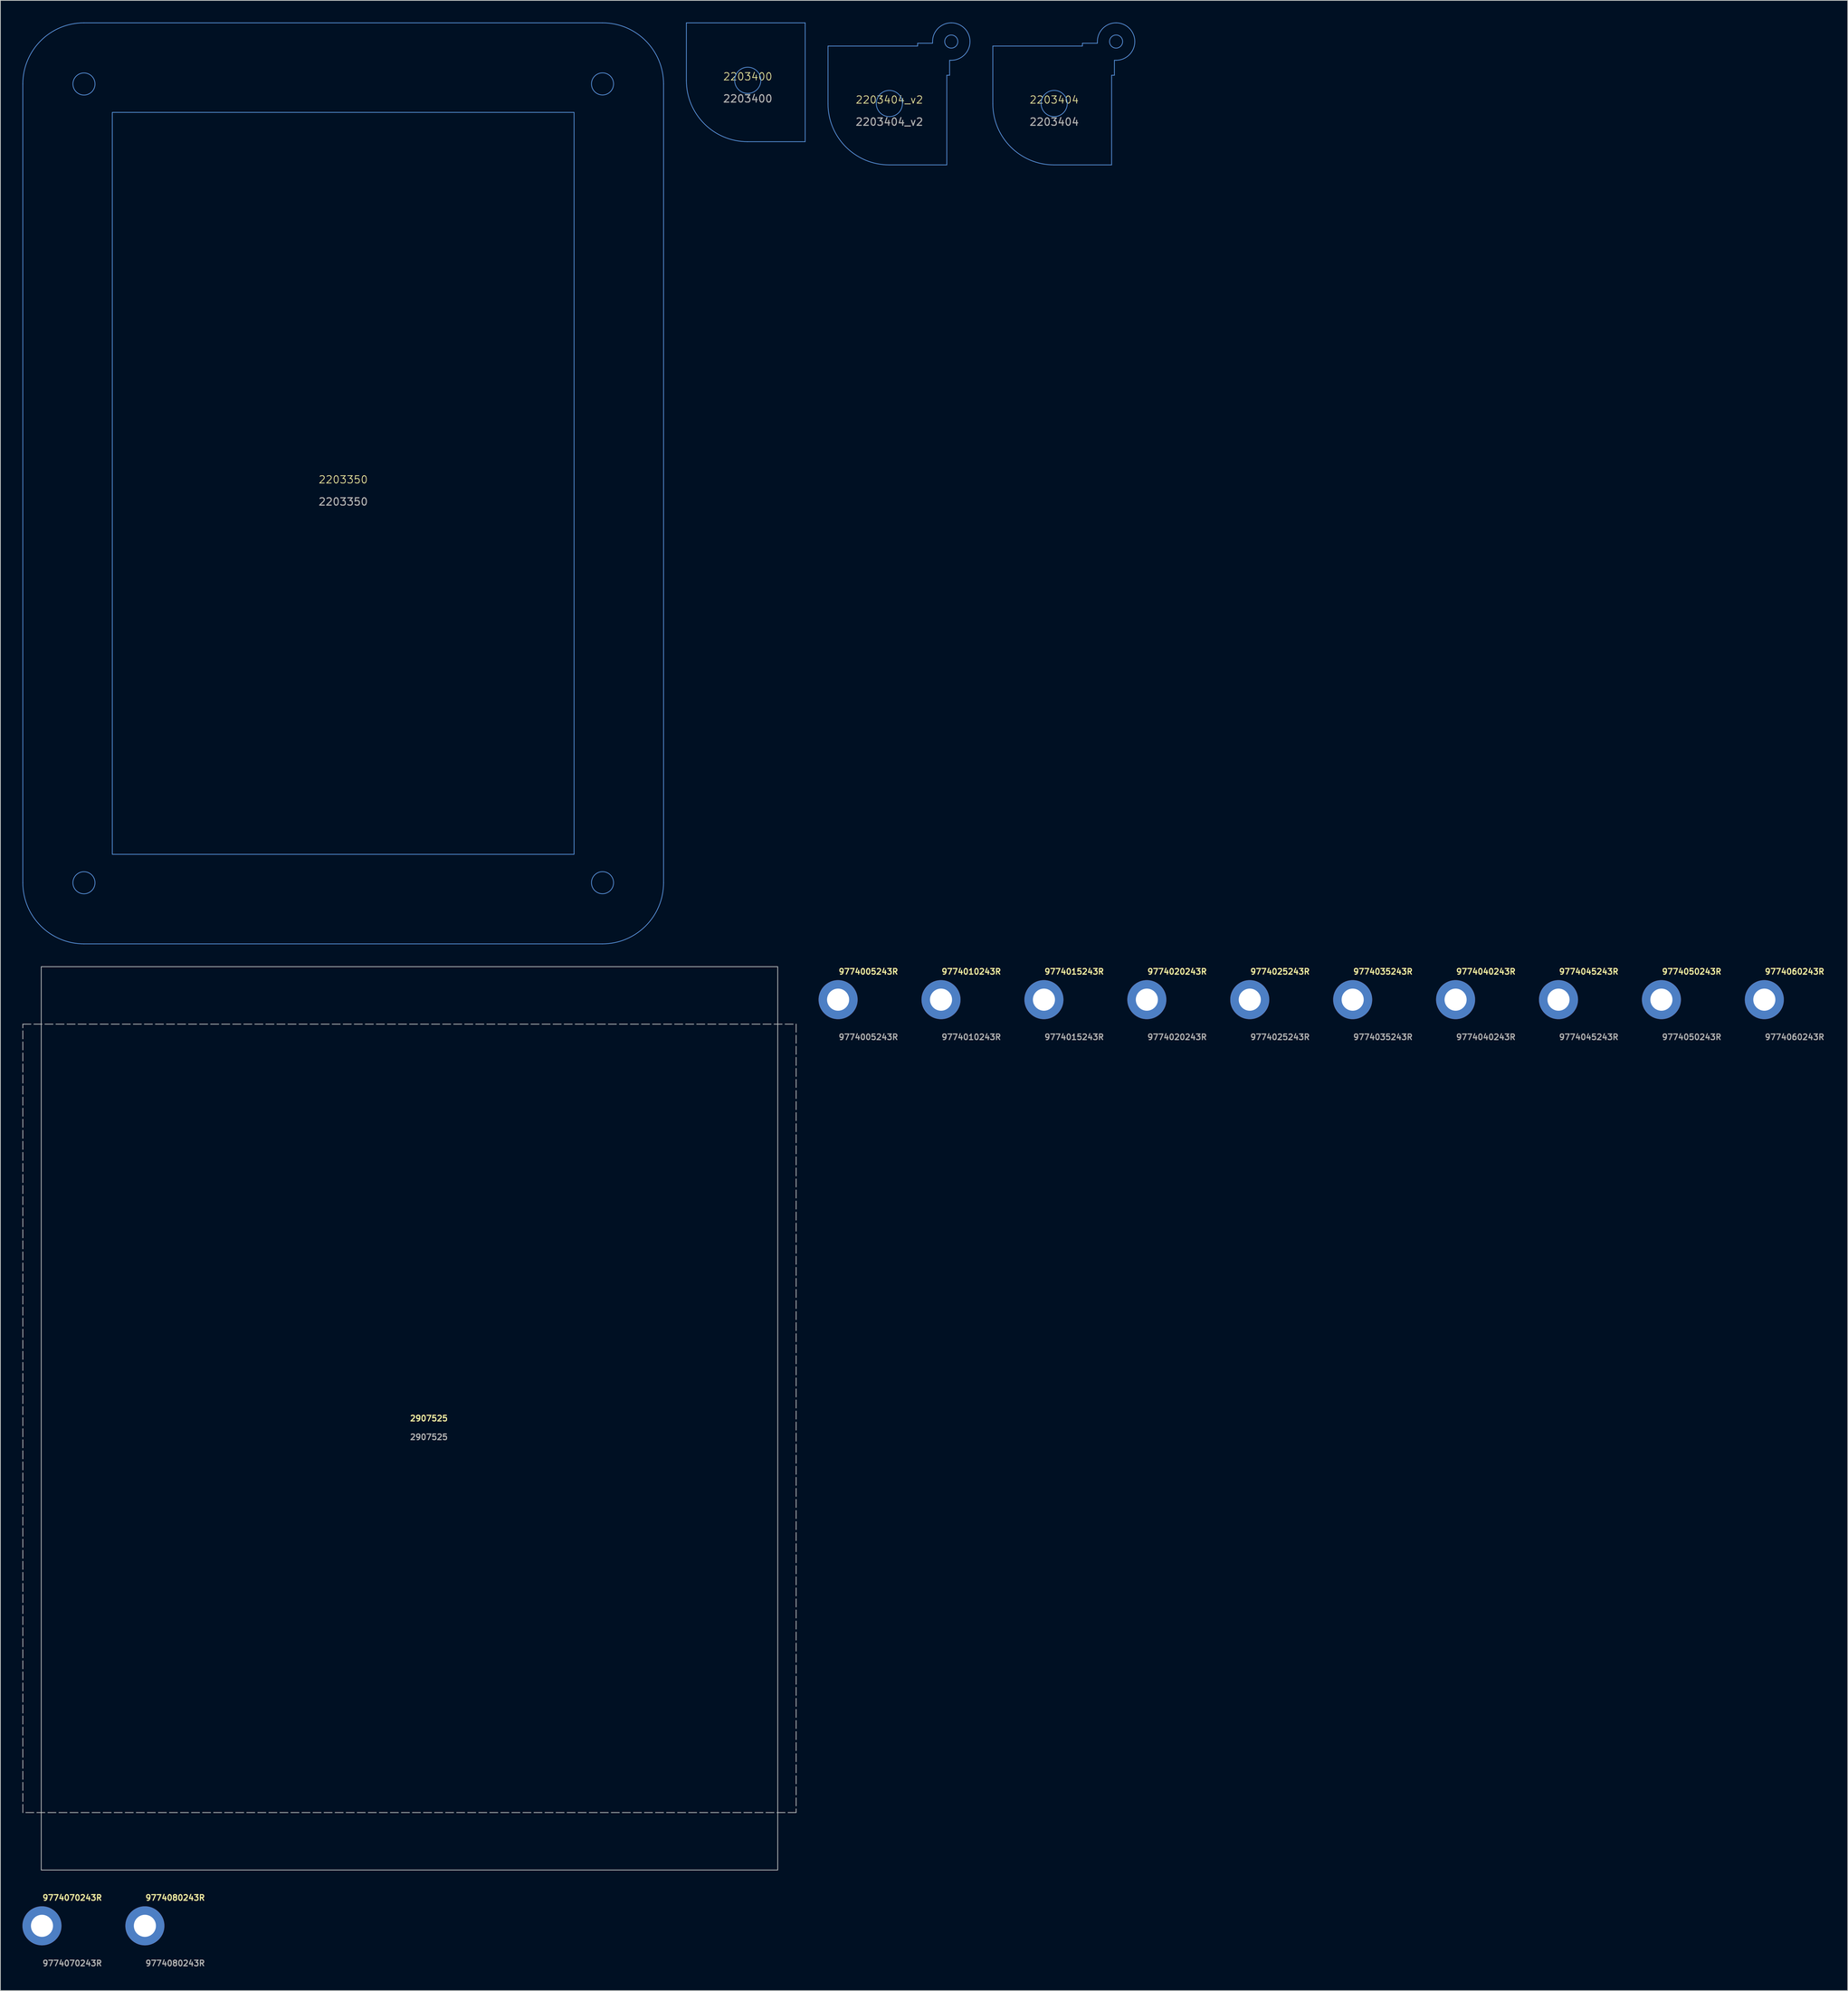
<source format=kicad_pcb>
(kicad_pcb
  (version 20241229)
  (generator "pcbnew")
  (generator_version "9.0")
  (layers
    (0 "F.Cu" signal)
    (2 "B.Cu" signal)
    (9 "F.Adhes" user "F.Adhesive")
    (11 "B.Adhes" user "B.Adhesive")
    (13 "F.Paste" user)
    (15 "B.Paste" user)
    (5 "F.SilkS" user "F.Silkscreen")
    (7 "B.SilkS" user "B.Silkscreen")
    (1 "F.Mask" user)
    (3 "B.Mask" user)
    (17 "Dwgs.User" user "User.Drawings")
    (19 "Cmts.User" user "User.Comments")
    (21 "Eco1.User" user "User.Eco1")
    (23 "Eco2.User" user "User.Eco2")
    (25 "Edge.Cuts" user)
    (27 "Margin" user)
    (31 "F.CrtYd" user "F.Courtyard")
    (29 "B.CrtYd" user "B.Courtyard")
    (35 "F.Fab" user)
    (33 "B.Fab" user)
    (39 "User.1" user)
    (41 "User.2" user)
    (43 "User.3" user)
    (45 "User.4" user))
  (footprint "2203404"
    (layer "F.Cu")
    (at 140.089 10.998)
    (property "Reference" "2203404" (at 0 -0.5 0) (unlocked yes) (layer "F.SilkS") (effects (font (size 1 1) (thickness 0.1))))
    (attr through_hole)
    (fp_line (start -8.331 -7.799) (end -8.331 0.03) (stroke (width 0.1) (type solid)) (layer "Cmts.User"))
    (fp_line (start -0.031 8.33) (end 7.798 8.33) (stroke (width 0.1) (type solid)) (layer "Cmts.User"))
    (fp_line (start 3.835 -8.179) (end 5.867 -8.179) (stroke (width 0.1) (type solid)) (layer "Cmts.User"))
    (fp_line (start 3.835 -7.799) (end -8.331 -7.799) (stroke (width 0.1) (type solid)) (layer "Cmts.User"))
    (fp_line (start 3.835 -7.799) (end 3.835 -8.179) (stroke (width 0.1) (type solid)) (layer "Cmts.User"))
    (fp_line (start 5.867 -8.179) (end 5.867 -8.407) (stroke (width 0.1) (type default)) (layer "Cmts.User"))
    (fp_line (start 7.798 -3.836) (end 8.179 -3.836) (stroke (width 0.1) (type solid)) (layer "Cmts.User"))
    (fp_line (start 7.798 8.33) (end 7.798 -3.836) (stroke (width 0.1) (type solid)) (layer "Cmts.User"))
    (fp_line (start 8.179 -5.868) (end 8.407 -5.868) (stroke (width 0.1) (type solid)) (layer "Cmts.User"))
    (fp_line (start 8.179 -3.836) (end 8.179 -5.868) (stroke (width 0.1) (type solid)) (layer "Cmts.User"))
    (fp_arc (start -0.0312 8.33014) (mid -5.900186 5.899126) (end -8.3312 0.03014) (stroke (width 0.1) (type default)) (layer "Cmts.User"))
    (fp_arc (start 5.8674 -8.40846) (mid 6.611349 -10.204511) (end 8.4074 -10.94846) (stroke (width 0.1) (type default)) (layer "Cmts.User"))
    (fp_arc (start 8.4074 -10.94846) (mid 10.203451 -10.204511) (end 10.9474 -8.40846) (stroke (width 0.1) (type default)) (layer "Cmts.User"))
    (fp_arc (start 10.9474 -8.40846) (mid 10.203451 -6.612409) (end 8.4074 -5.86846) (stroke (width 0.1) (type default)) (layer "Cmts.User"))
    (fp_circle (center 0 0) (end 1.778 0) (stroke (width 0.1) (type solid)) (fill no) (layer "Cmts.User"))
    (fp_circle (center 8.407 -8.408) (end 9.296 -8.408) (stroke (width 0.1) (type solid)) (fill no) (layer "Cmts.User"))
    (fp_text user "${REFERENCE}" (at 0 2.5 0) (unlocked yes) (layer "F.Fab") (effects (font (size 1 1) (thickness 0.15)))))
  (footprint "9774020243R"
    (layer "F.Cu")
    (at 152.672 132.623)
    (property "Reference" "9774020243R" (at 0 -3.81 0) (unlocked yes) (layer "F.SilkS") (effects (font (size 0.762 0.762) (thickness 0.152) (bold yes)) (justify left)))
    (attr through_hole)
    (fp_text user "${REFERENCE}" (at 0 5.08 0) (unlocked yes) (layer "F.Fab") (effects (font (size 0.762 0.762) (thickness 0.152) (bold yes)) (justify left)))
    (pad "" np_thru_hole circle (at 0 0) (size 5.3 5.3) (drill 3) (layers "*.Cu" "*.Mask")))
  (footprint "9774015243R"
    (layer "F.Cu")
    (at 138.698 132.623)
    (property "Reference" "9774015243R" (at 0 -3.81 0) (unlocked yes) (layer "F.SilkS") (effects (font (size 0.762 0.762) (thickness 0.152) (bold yes)) (justify left)))
    (attr through_hole)
    (fp_text user "${REFERENCE}" (at 0 5.08 0) (unlocked yes) (layer "F.Fab") (effects (font (size 0.762 0.762) (thickness 0.152) (bold yes)) (justify left)))
    (pad "" np_thru_hole circle (at 0 0) (size 5.3 5.3) (drill 3) (layers "*.Cu" "*.Mask")))
  (footprint "9774025243R"
    (layer "F.Cu")
    (at 166.646 132.623)
    (property "Reference" "9774025243R" (at 0 -3.81 0) (unlocked yes) (layer "F.SilkS") (effects (font (size 0.762 0.762) (thickness 0.152) (bold yes)) (justify left)))
    (attr through_hole)
    (fp_text user "${REFERENCE}" (at 0 5.08 0) (unlocked yes) (layer "F.Fab") (effects (font (size 0.762 0.762) (thickness 0.152) (bold yes)) (justify left)))
    (pad "" np_thru_hole circle (at 0 0) (size 5.3 5.3) (drill 3) (layers "*.Cu" "*.Mask")))
  (footprint "2203400"
    (layer "F.Cu")
    (at 98.481 7.849)
    (property "Reference" "2203400" (at 0 -0.5 0) (unlocked yes) (layer "F.SilkS") (effects (font (size 1 1) (thickness 0.1))))
    (attr through_hole)
    (fp_line (start -8.331 -7.799) (end -8.331 0.03) (stroke (width 0.1) (type solid)) (layer "Cmts.User"))
    (fp_line (start -0.031 8.33) (end 7.798 8.33) (stroke (width 0.1) (type solid)) (layer "Cmts.User"))
    (fp_line (start 7.798 -7.799) (end -8.331 -7.799) (stroke (width 0.1) (type solid)) (layer "Cmts.User"))
    (fp_line (start 7.798 8.33) (end 7.798 -7.798) (stroke (width 0.1) (type solid)) (layer "Cmts.User"))
    (fp_arc (start -0.0312 8.33014) (mid -5.900186 5.899126) (end -8.3312 0.03014) (stroke (width 0.1) (type default)) (layer "Cmts.User"))
    (fp_circle (center 0 0) (end 1.778 0) (stroke (width 0.1) (type solid)) (fill no) (layer "Cmts.User"))
    (fp_text user "${REFERENCE}" (at 0 2.5 0) (unlocked yes) (layer "F.Fab") (effects (font (size 1 1) (thickness 0.15)))))
  (footprint "9774040243R"
    (layer "F.Cu")
    (at 194.594 132.623)
    (property "Reference" "9774040243R" (at 0 -3.81 0) (unlocked yes) (layer "F.SilkS") (effects (font (size 0.762 0.762) (thickness 0.152) (bold yes)) (justify left)))
    (attr through_hole)
    (fp_text user "${REFERENCE}" (at 0 5.08 0) (unlocked yes) (layer "F.Fab") (effects (font (size 0.762 0.762) (thickness 0.152) (bold yes)) (justify left)))
    (pad "" np_thru_hole circle (at 0 0) (size 5.3 5.3) (drill 3) (layers "*.Cu" "*.Mask")))
  (footprint "9774035243R"
    (layer "F.Cu")
    (at 180.62 132.623)
    (property "Reference" "9774035243R" (at 0 -3.81 0) (unlocked yes) (layer "F.SilkS") (effects (font (size 0.762 0.762) (thickness 0.152) (bold yes)) (justify left)))
    (attr through_hole)
    (fp_text user "${REFERENCE}" (at 0 5.08 0) (unlocked yes) (layer "F.Fab") (effects (font (size 0.762 0.762) (thickness 0.152) (bold yes)) (justify left)))
    (pad "" np_thru_hole circle (at 0 0) (size 5.3 5.3) (drill 3) (layers "*.Cu" "*.Mask")))
  (footprint "9774050243R"
    (layer "F.Cu")
    (at 222.542 132.623)
    (property "Reference" "9774050243R" (at 0 -3.81 0) (unlocked yes) (layer "F.SilkS") (effects (font (size 0.762 0.762) (thickness 0.152) (bold yes)) (justify left)))
    (attr through_hole)
    (fp_text user "${REFERENCE}" (at 0 5.08 0) (unlocked yes) (layer "F.Fab") (effects (font (size 0.762 0.762) (thickness 0.152) (bold yes)) (justify left)))
    (pad "" np_thru_hole circle (at 0 0) (size 5.3 5.3) (drill 3) (layers "*.Cu" "*.Mask")))
  (footprint "9774070243R"
    (layer "F.Cu")
    (at 2.65 258.323)
    (property "Reference" "9774070243R" (at 0 -3.81 0) (unlocked yes) (layer "F.SilkS") (effects (font (size 0.762 0.762) (thickness 0.152) (bold yes)) (justify left)))
    (attr through_hole)
    (fp_text user "${REFERENCE}" (at 0 5.08 0) (unlocked yes) (layer "F.Fab") (effects (font (size 0.762 0.762) (thickness 0.152) (bold yes)) (justify left)))
    (pad "" np_thru_hole circle (at 0 0) (size 5.3 5.3) (drill 3) (layers "*.Cu" "*.Mask")))
  (footprint "9774080243R"
    (layer "F.Cu")
    (at 16.624 258.323)
    (property "Reference" "9774080243R" (at 0 -3.81 0) (unlocked yes) (layer "F.SilkS") (effects (font (size 0.762 0.762) (thickness 0.152) (bold yes)) (justify left)))
    (attr through_hole)
    (fp_text user "${REFERENCE}" (at 0 5.08 0) (unlocked yes) (layer "F.Fab") (effects (font (size 0.762 0.762) (thickness 0.152) (bold yes)) (justify left)))
    (pad "" np_thru_hole circle (at 0 0) (size 5.3 5.3) (drill 3) (layers "*.Cu" "*.Mask")))
  (footprint "9774045243R"
    (layer "F.Cu")
    (at 208.568 132.623)
    (property "Reference" "9774045243R" (at 0 -3.81 0) (unlocked yes) (layer "F.SilkS") (effects (font (size 0.762 0.762) (thickness 0.152) (bold yes)) (justify left)))
    (attr through_hole)
    (fp_text user "${REFERENCE}" (at 0 5.08 0) (unlocked yes) (layer "F.Fab") (effects (font (size 0.762 0.762) (thickness 0.152) (bold yes)) (justify left)))
    (pad "" np_thru_hole circle (at 0 0) (size 5.3 5.3) (drill 3) (layers "*.Cu" "*.Mask")))
  (footprint "2907525"
    (layer "F.Cu")
    (at 52.55 189.45)
    (property "Reference" "2907525" (at 0 0 0) (unlocked yes) (layer "F.SilkS") (effects (font (size 0.762 0.762) (thickness 0.152) (bold yes)) (justify left)))
    (fp_rect (start -52.5 -53.5) (end 52.5 53.5) (stroke (width 0.1) (type dash)) (fill no) (layer "Dwgs.User"))
    (fp_rect (start -50 -61.3) (end 50 61.3) (stroke (width 0.1) (type default)) (fill no) (layer "Dwgs.User"))
    (fp_text user "${REFERENCE}" (at 0 2.54 0) (unlocked yes) (layer "F.Fab") (effects (font (size 0.762 0.762) (thickness 0.152) (bold yes)) (justify left))))
  (footprint "9774060243R"
    (layer "F.Cu")
    (at 236.515 132.623)
    (property "Reference" "9774060243R" (at 0 -3.81 0) (unlocked yes) (layer "F.SilkS") (effects (font (size 0.762 0.762) (thickness 0.152) (bold yes)) (justify left)))
    (attr through_hole)
    (fp_text user "${REFERENCE}" (at 0 5.08 0) (unlocked yes) (layer "F.Fab") (effects (font (size 0.762 0.762) (thickness 0.152) (bold yes)) (justify left)))
    (pad "" np_thru_hole circle (at 0 0) (size 5.3 5.3) (drill 3) (layers "*.Cu" "*.Mask")))
  (footprint "2203404_v2"
    (layer "F.Cu")
    (at 117.71 10.998)
    (property "Reference" "2203404_v2" (at 0 -0.5 0) (unlocked yes) (layer "F.SilkS") (effects (font (size 1 1) (thickness 0.1))))
    (attr through_hole)
    (fp_line (start -8.331 -7.799) (end -8.331 0.03) (stroke (width 0.1) (type solid)) (layer "Cmts.User"))
    (fp_line (start -0.031 8.33) (end 7.798 8.33) (stroke (width 0.1) (type solid)) (layer "Cmts.User"))
    (fp_line (start 3.835 -8.179) (end 5.867 -8.179) (stroke (width 0.1) (type solid)) (layer "Cmts.User"))
    (fp_line (start 3.835 -7.799) (end -8.331 -7.799) (stroke (width 0.1) (type solid)) (layer "Cmts.User"))
    (fp_line (start 3.835 -7.799) (end 3.835 -8.179) (stroke (width 0.1) (type solid)) (layer "Cmts.User"))
    (fp_line (start 5.867 -8.179) (end 5.867 -8.407) (stroke (width 0.1) (type default)) (layer "Cmts.User"))
    (fp_line (start 7.798 -3.836) (end 8.179 -3.836) (stroke (width 0.1) (type solid)) (layer "Cmts.User"))
    (fp_line (start 7.798 8.33) (end 7.798 -3.836) (stroke (width 0.1) (type solid)) (layer "Cmts.User"))
    (fp_line (start 8.179 -5.868) (end 8.407 -5.868) (stroke (width 0.1) (type solid)) (layer "Cmts.User"))
    (fp_line (start 8.179 -3.836) (end 8.179 -5.868) (stroke (width 0.1) (type solid)) (layer "Cmts.User"))
    (fp_arc (start -0.0312 8.33014) (mid -5.900186 5.899126) (end -8.3312 0.03014) (stroke (width 0.1) (type default)) (layer "Cmts.User"))
    (fp_arc (start 5.8674 -8.40846) (mid 6.611349 -10.204511) (end 8.4074 -10.94846) (stroke (width 0.1) (type default)) (layer "Cmts.User"))
    (fp_arc (start 8.4074 -10.94846) (mid 10.203451 -10.204511) (end 10.9474 -8.40846) (stroke (width 0.1) (type default)) (layer "Cmts.User"))
    (fp_arc (start 10.9474 -8.40846) (mid 10.203451 -6.612409) (end 8.4074 -5.86846) (stroke (width 0.1) (type default)) (layer "Cmts.User"))
    (fp_circle (center 0 0) (end 1.778 0) (stroke (width 0.1) (type solid)) (fill no) (layer "Cmts.User"))
    (fp_circle (center 8.407 -8.408) (end 9.296 -8.408) (stroke (width 0.1) (type solid)) (fill no) (layer "Cmts.User"))
    (fp_text user "${REFERENCE}" (at 0 2.5 0) (unlocked yes) (layer "F.Fab") (effects (font (size 1 1) (thickness 0.15)))))
  (footprint "9774010243R"
    (layer "F.Cu")
    (at 124.724 132.623)
    (property "Reference" "9774010243R" (at 0 -3.81 0) (unlocked yes) (layer "F.SilkS") (effects (font (size 0.762 0.762) (thickness 0.152) (bold yes)) (justify left)))
    (attr through_hole)
    (fp_text user "${REFERENCE}" (at 0 5.08 0) (unlocked yes) (layer "F.Fab") (effects (font (size 0.762 0.762) (thickness 0.152) (bold yes)) (justify left)))
    (pad "" np_thru_hole circle (at 0 0) (size 5.3 5.3) (drill 3) (layers "*.Cu" "*.Mask")))
  (footprint "9774005243R"
    (layer "F.Cu")
    (at 110.75 132.623)
    (property "Reference" "9774005243R" (at 0 -3.81 0) (unlocked yes) (layer "F.SilkS") (effects (font (size 0.762 0.762) (thickness 0.152) (bold yes)) (justify left)))
    (attr through_hole)
    (fp_text user "${REFERENCE}" (at 0 5.08 0) (unlocked yes) (layer "F.Fab") (effects (font (size 0.762 0.762) (thickness 0.152) (bold yes)) (justify left)))
    (pad "" np_thru_hole circle (at 0 0) (size 5.3 5.3) (drill 3) (layers "*.Cu" "*.Mask")))
  (footprint "2203350"
    (layer "F.Cu")
    (at 43.55 62.55)
    (property "Reference" "2203350" (at 0 -0.5 0) (unlocked yes) (layer "F.SilkS") (effects (font (size 1 1) (thickness 0.1))))
    (attr through_hole)
    (fp_line (start -43.5 54.2) (end -43.5 -54.2) (stroke (width 0.1) (type default)) (layer "Cmts.User"))
    (fp_line (start -35.2 -62.5) (end 35.2 -62.5) (stroke (width 0.1) (type default)) (layer "Cmts.User"))
    (fp_line (start 35.2 62.5) (end -35.2 62.5) (stroke (width 0.1) (type default)) (layer "Cmts.User"))
    (fp_line (start 43.5 -54.2) (end 43.5 54.2) (stroke (width 0.1) (type default)) (layer "Cmts.User"))
    (fp_rect (start -31.35 -50.35) (end 31.35 50.35) (stroke (width 0.1) (type solid)) (fill no) (layer "Cmts.User"))
    (fp_arc (start -43.5 -54.2) (mid -41.068986 -60.068986) (end -35.2 -62.5) (stroke (width 0.1) (type default)) (layer "Cmts.User"))
    (fp_arc (start -35.2 62.5) (mid -41.068986 60.068986) (end -43.5 54.2) (stroke (width 0.1) (type default)) (layer "Cmts.User"))
    (fp_arc (start 35.2 -62.5) (mid 41.068986 -60.068986) (end 43.5 -54.2) (stroke (width 0.1) (type default)) (layer "Cmts.User"))
    (fp_arc (start 43.5 54.2) (mid 41.068986 60.068986) (end 35.2 62.5) (stroke (width 0.1) (type default)) (layer "Cmts.User"))
    (fp_circle (center -35.2 54.207) (end -33.7 54.207) (stroke (width 0.1) (type solid)) (fill no) (layer "Cmts.User"))
    (fp_circle (center -35.198 -54.2) (end -33.698 -54.2) (stroke (width 0.1) (type solid)) (fill no) (layer "Cmts.User"))
    (fp_circle (center 35.211 -54.211) (end 36.711 -54.211) (stroke (width 0.1) (type solid)) (fill no) (layer "Cmts.User"))
    (fp_circle (center 35.211 54.2) (end 36.711 54.2) (stroke (width 0.1) (type solid)) (fill no) (layer "Cmts.User"))
    (fp_text user "${REFERENCE}" (at 0 2.5 0) (unlocked yes) (layer "F.Fab") (effects (font (size 1 1) (thickness 0.15)))))
  (gr_rect
    (start -3 -3)
    (end 247.839 267.116)
    (stroke (width 0.1) (type default))
    (fill no)
    (layer "Edge.Cuts")))
</source>
